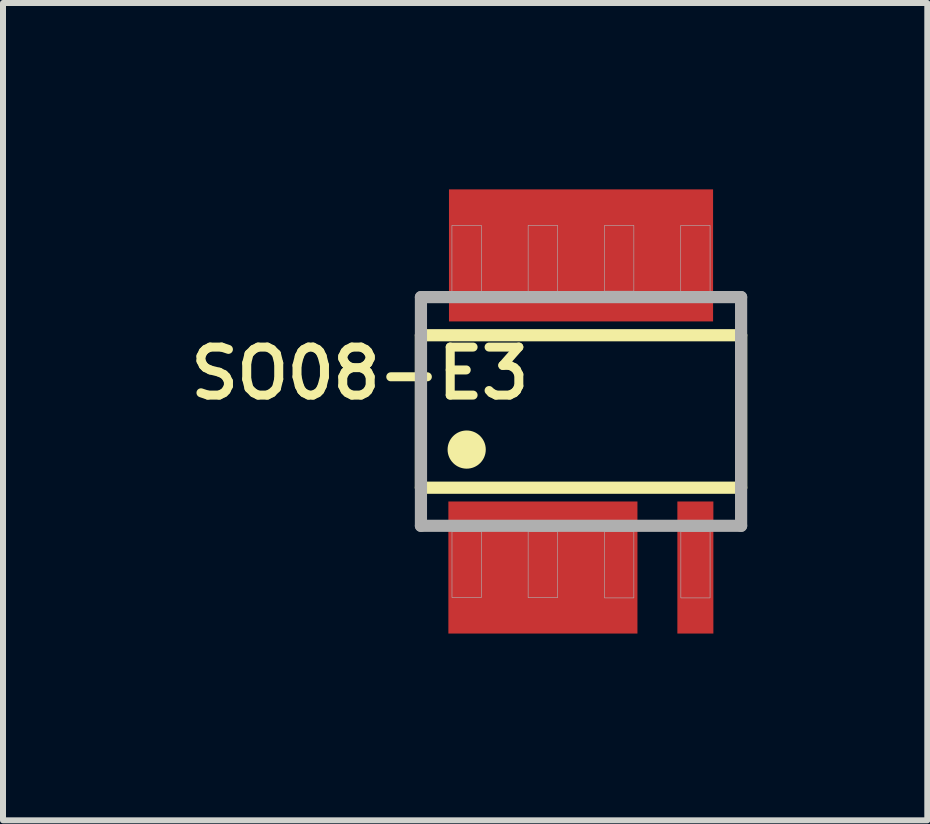
<source format=kicad_pcb>
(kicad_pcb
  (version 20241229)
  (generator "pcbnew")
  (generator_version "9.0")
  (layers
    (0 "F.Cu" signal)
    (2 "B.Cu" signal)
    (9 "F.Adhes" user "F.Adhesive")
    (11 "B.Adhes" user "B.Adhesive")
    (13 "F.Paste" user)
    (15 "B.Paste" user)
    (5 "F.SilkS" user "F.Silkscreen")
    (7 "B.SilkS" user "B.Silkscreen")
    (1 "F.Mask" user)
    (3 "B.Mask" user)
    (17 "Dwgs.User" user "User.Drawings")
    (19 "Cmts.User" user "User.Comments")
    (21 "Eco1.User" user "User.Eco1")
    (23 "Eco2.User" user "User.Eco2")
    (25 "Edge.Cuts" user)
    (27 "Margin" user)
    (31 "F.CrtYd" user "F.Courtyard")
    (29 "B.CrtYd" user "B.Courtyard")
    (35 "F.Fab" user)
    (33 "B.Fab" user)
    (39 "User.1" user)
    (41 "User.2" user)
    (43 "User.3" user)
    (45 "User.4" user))
  (footprint "SO08-E3"
    (layer "F.Cu")
    (at 6.63 3.805)
    (property "Reference" "SO08-E3" (at -3.684 -0.635 180) (layer "F.SilkS") (effects (font (size 0.8 0.8) (thickness 0.15))))
    (attr smd)
    (fp_poly (pts (xy -2.303 -3.8) (xy -1.5 -3.8) (xy -1.5 -1.402) (xy -2.303 -1.402)) (stroke (width 0.01) (type solid)) (fill yes) (layer "F.Mask"))
    (fp_poly (pts (xy -2.301 1.4) (xy -1.5 1.4) (xy -1.5 3.801) (xy -2.301 3.801)) (stroke (width 0.01) (type solid)) (fill yes) (layer "F.Mask"))
    (fp_poly (pts (xy -1.052 -3.8) (xy -0.25 -3.8) (xy -0.25 -1.403) (xy -1.052 -1.403)) (stroke (width 0.01) (type solid)) (fill yes) (layer "F.Mask"))
    (fp_poly (pts (xy -1.051 1.4) (xy -0.25 1.4) (xy -0.25 3.803) (xy -1.051 3.803)) (stroke (width 0.01) (type solid)) (fill yes) (layer "F.Mask"))
    (fp_poly (pts (xy 0.25 -3.8) (xy 1.05 -3.8) (xy 1.05 -1.402) (xy 0.25 -1.402)) (stroke (width 0.01) (type solid)) (fill yes) (layer "F.Mask"))
    (fp_poly (pts (xy 0.25 1.4) (xy 1.05 1.4) (xy 1.05 3.807) (xy 0.25 3.807)) (stroke (width 0.01) (type solid)) (fill yes) (layer "F.Mask"))
    (fp_poly (pts (xy 1.502 -3.8) (xy 2.3 -3.8) (xy 2.3 -1.402) (xy 1.502 -1.402)) (stroke (width 0.01) (type solid)) (fill yes) (layer "F.Mask"))
    (fp_line (start -2.667 -1.27) (end 2.667 -1.27) (stroke (width 0.203) (type solid)) (layer "F.SilkS"))
    (fp_line (start -2.667 1.27) (end -2.667 -1.27) (stroke (width 0.203) (type solid)) (layer "F.SilkS"))
    (fp_line (start 2.667 -1.27) (end 2.667 1.27) (stroke (width 0.203) (type solid)) (layer "F.SilkS"))
    (fp_line (start 2.667 1.27) (end -2.667 1.27) (stroke (width 0.203) (type solid)) (layer "F.SilkS"))
    (fp_circle (center -1.905 0.635) (end -1.587 0.635) (stroke (width 0) (type solid)) (fill yes) (layer "F.SilkS"))
    (fp_line (start -2.667 -1.905) (end 2.667 -1.905) (stroke (width 0.203) (type solid)) (layer "F.Fab"))
    (fp_line (start -2.667 1.905) (end -2.667 -1.905) (stroke (width 0.203) (type solid)) (layer "F.Fab"))
    (fp_line (start 2.667 -1.905) (end 2.667 1.905) (stroke (width 0.203) (type solid)) (layer "F.Fab"))
    (fp_line (start 2.667 1.905) (end -2.667 1.905) (stroke (width 0.203) (type solid)) (layer "F.Fab"))
    (fp_poly (pts (xy -2.151 -3.1) (xy -1.66 -3.1) (xy -1.66 -2.001) (xy -2.151 -2.001)) (stroke (width 0.01) (type solid)) (fill no) (layer "F.Fab"))
    (fp_poly (pts (xy -2.15 2) (xy -1.66 2) (xy -1.66 3.1) (xy -2.15 3.1)) (stroke (width 0.01) (type solid)) (fill no) (layer "F.Fab"))
    (fp_poly (pts (xy -0.881 -3.1) (xy -0.39 -3.1) (xy -0.39 -2.002) (xy -0.881 -2.002)) (stroke (width 0.01) (type solid)) (fill no) (layer "F.Fab"))
    (fp_poly (pts (xy -0.881 2) (xy -0.39 2) (xy -0.39 3.102) (xy -0.881 3.102)) (stroke (width 0.01) (type solid)) (fill no) (layer "F.Fab"))
    (fp_poly (pts (xy 0.391 -3.1) (xy 0.88 -3.1) (xy 0.88 -2.004) (xy 0.391 -2.004)) (stroke (width 0.01) (type solid)) (fill no) (layer "F.Fab"))
    (fp_poly (pts (xy 0.391 2) (xy 0.88 2) (xy 0.88 3.106) (xy 0.391 3.106)) (stroke (width 0.01) (type solid)) (fill no) (layer "F.Fab"))
    (fp_poly (pts (xy 1.661 -3.1) (xy 2.15 -3.1) (xy 2.15 -2.001) (xy 1.661 -2.001)) (stroke (width 0.01) (type solid)) (fill no) (layer "F.Fab"))
    (fp_poly (pts (xy 1.663 2) (xy 2.15 2) (xy 2.15 3.106) (xy 1.663 3.106)) (stroke (width 0.01) (type solid)) (fill no) (layer "F.Fab"))
    (pad "1-3" smd rect (at -0.635 2.6) (size 3.15 2.2) (layers "F.Cu" "F.Paste"))
    (pad "4" smd rect (at 1.905 2.6) (size 0.6 2.2) (layers "F.Cu" "F.Mask" "F.Paste"))
    (pad "5-8" smd rect (at 0 -2.6) (size 4.4 2.2) (layers "F.Cu" "F.Paste")))
  (gr_rect
    (start -3 -3)
    (end 12.399 10.617)
    (stroke (width 0.1) (type default))
    (fill no)
    (layer "Edge.Cuts")))
</source>
